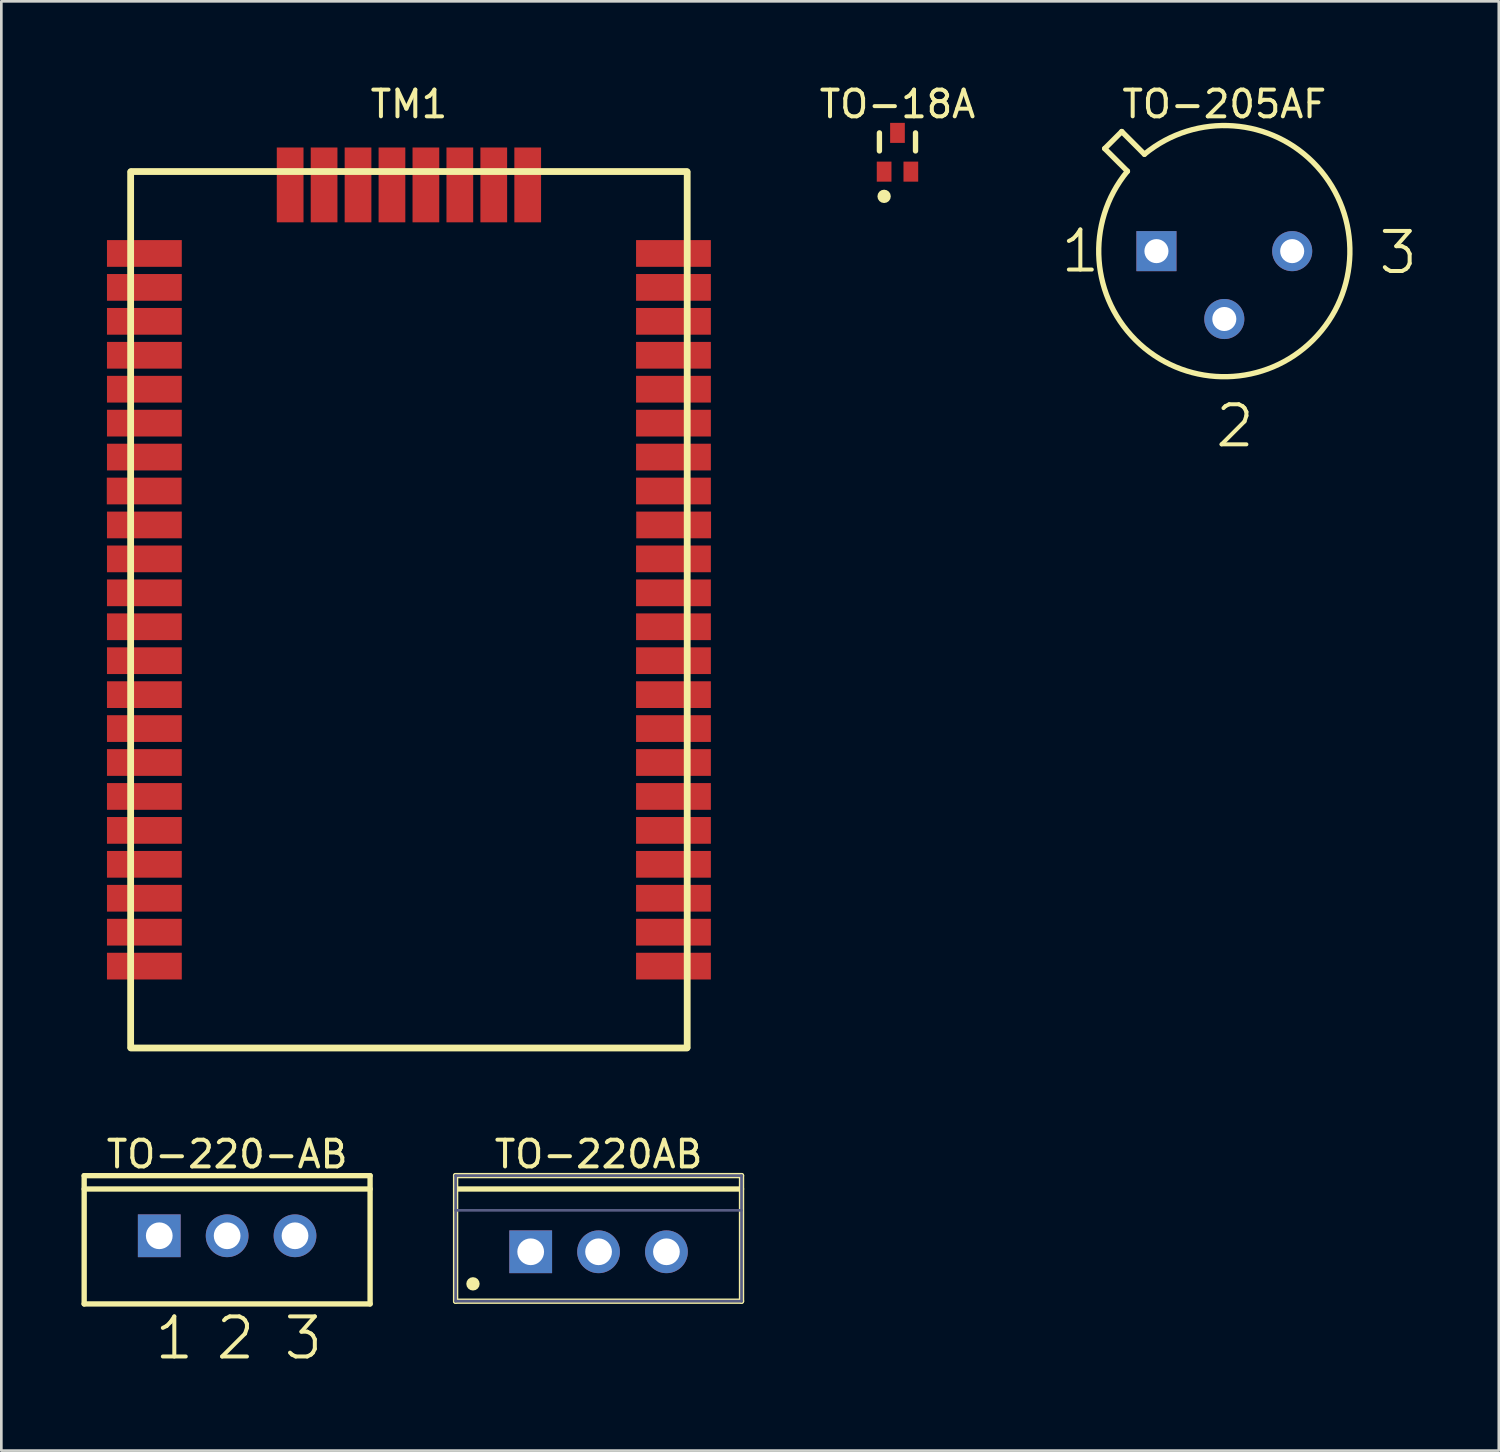
<source format=kicad_pcb>
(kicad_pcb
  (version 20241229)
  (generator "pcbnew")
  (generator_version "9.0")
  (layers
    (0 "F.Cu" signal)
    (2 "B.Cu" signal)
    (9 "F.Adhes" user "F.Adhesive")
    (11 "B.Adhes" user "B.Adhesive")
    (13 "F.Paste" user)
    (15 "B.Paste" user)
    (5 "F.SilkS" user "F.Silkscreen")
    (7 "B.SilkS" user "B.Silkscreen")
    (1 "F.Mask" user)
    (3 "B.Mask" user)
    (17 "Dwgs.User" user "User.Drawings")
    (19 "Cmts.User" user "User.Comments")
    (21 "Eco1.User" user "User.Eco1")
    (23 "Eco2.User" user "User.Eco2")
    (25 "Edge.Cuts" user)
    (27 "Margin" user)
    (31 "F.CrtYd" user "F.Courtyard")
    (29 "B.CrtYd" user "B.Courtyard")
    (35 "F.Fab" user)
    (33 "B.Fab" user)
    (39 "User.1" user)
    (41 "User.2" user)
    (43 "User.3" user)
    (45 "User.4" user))
  (footprint "TO-220-AB"
    (layer "F.Cu")
    (at 5.45 43.196)
    (property "Reference" "TO-220-AB" (at 0 -3.05 0) (layer "F.SilkS") (effects (font (size 1 1) (thickness 0.15))))
    (fp_line (start -5.35 -2.25) (end 5.35 -2.25) (stroke (width 0.2) (type solid)) (layer "F.SilkS"))
    (fp_line (start -5.35 -1.75) (end 5.35 -1.75) (stroke (width 0.2) (type solid)) (layer "F.SilkS"))
    (fp_line (start -5.35 2.55) (end -5.35 -2.25) (stroke (width 0.2) (type solid)) (layer "F.SilkS"))
    (fp_line (start -5.35 2.55) (end 5.35 2.55) (stroke (width 0.2) (type solid)) (layer "F.SilkS"))
    (fp_line (start 5.35 2.55) (end 5.35 -2.25) (stroke (width 0.2) (type solid)) (layer "F.SilkS"))
    (fp_text user "3" (at 2.04 4.709 0) (unlocked yes) (layer "F.SilkS") (effects (font (size 1.5 1.5) (thickness 0.15)) (justify left bottom)))
    (fp_text user "1" (at -2.79 4.709 0) (unlocked yes) (layer "F.SilkS") (effects (font (size 1.5 1.5) (thickness 0.15)) (justify left bottom)))
    (fp_text user "2" (at -0.5 4.709 0) (unlocked yes) (layer "F.SilkS") (effects (font (size 1.5 1.5) (thickness 0.15)) (justify left bottom)))
    (pad "1" thru_hole rect (at -2.54 0) (size 1.6 1.6) (drill 1) (layers "*.Cu" "*.Mask"))
    (pad "2" thru_hole circle (at 0 0) (size 1.6 1.6) (drill 1) (layers "*.Cu" "*.Mask"))
    (pad "3" thru_hole circle (at 2.54 0) (size 1.6 1.6) (drill 1) (layers "*.Cu" "*.Mask")))
  (footprint "TO-205AF"
    (layer "F.Cu")
    (at 42.767 6.348)
    (property "Reference" "TO-205AF" (at 0 -5.5 0) (layer "F.SilkS") (effects (font (size 1 1) (thickness 0.15))))
    (fp_line (start -4.475 -3.838) (end -3.838 -4.475) (stroke (width 0.2) (type solid)) (layer "F.SilkS"))
    (fp_line (start -4.475 -3.838) (end -3.626 -2.99) (stroke (width 0.2) (type solid)) (layer "F.SilkS"))
    (fp_line (start -3.838 -4.475) (end -2.99 -3.626) (stroke (width 0.2) (type solid)) (layer "F.SilkS"))
    (fp_arc (start -2.989941 -3.626315) (mid 3.323395 3.323395) (end -3.626315 -2.989941) (stroke (width 0.2) (type solid)) (layer "F.SilkS"))
    (fp_line (start -0.5 0) (end 0.5 0) (stroke (width 0.1) (type solid)) (layer "Eco2.User"))
    (fp_line (start 0 0.5) (end 0 -0.5) (stroke (width 0.1) (type solid)) (layer "Eco2.User"))
    (fp_text user "3" (at 5.694 0.935 0) (unlocked yes) (layer "F.SilkS") (effects (font (size 1.5 1.5) (thickness 0.15)) (justify left bottom)))
    (fp_text user "1" (at -6.201 0.881 0) (unlocked yes) (layer "F.SilkS") (effects (font (size 1.5 1.5) (thickness 0.15)) (justify left bottom)))
    (fp_text user "2" (at -0.415 7.422 0) (unlocked yes) (layer "F.SilkS") (effects (font (size 1.5 1.5) (thickness 0.15)) (justify left bottom)))
    (pad "1" thru_hole rect (at -2.54 0) (size 1.5 1.5) (drill 0.9) (layers "*.Cu" "*.Mask"))
    (pad "2" thru_hole circle (at 0 2.54) (size 1.5 1.5) (drill 0.9) (layers "*.Cu" "*.Mask"))
    (pad "3" thru_hole circle (at 2.54 0) (size 1.5 1.5) (drill 0.9) (layers "*.Cu" "*.Mask")))
  (footprint "TO-18A"
    (layer "F.Cu")
    (at 30.536 2.648)
    (property "Reference" "TO-18A" (at -0.001 -1.8 0) (layer "F.SilkS") (effects (font (size 1 1) (thickness 0.15))))
    (fp_line (start -0.676 -0.05) (end -0.676 -0.725) (stroke (width 0.2) (type solid)) (layer "F.SilkS"))
    (fp_line (start 0.675 -0.05) (end 0.675 -0.725) (stroke (width 0.2) (type solid)) (layer "F.SilkS"))
    (fp_circle (center -0.5 1.65) (end -0.5 1.525) (stroke (width 0.25) (type solid)) (fill no) (layer "F.SilkS"))
    (pad "1" smd rect (at -0.5 0.725) (size 0.55 0.75) (layers "F.Cu" "F.Mask" "F.Paste"))
    (pad "2" smd rect (at 0.5 0.725) (size 0.55 0.75) (layers "F.Cu" "F.Mask" "F.Paste"))
    (pad "3" smd rect (at 0 -0.725) (size 0.55 0.75) (layers "F.Cu" "F.Mask" "F.Paste")))
  (footprint "TM1"
    (layer "F.Cu")
    (at 12.253 19.77)
    (property "Reference" "TM1" (at 0 -18.922 0) (layer "F.SilkS") (effects (font (size 1 1) (thickness 0.15))))
    (fp_line (start -10.414 16.383) (end -10.414 -16.383) (stroke (width 0.254) (type solid)) (layer "F.SilkS"))
    (fp_line (start -10.4 -16.4) (end 10.4 -16.4) (stroke (width 0.254) (type solid)) (layer "F.SilkS"))
    (fp_line (start -10.4 16.4) (end 10.4 16.4) (stroke (width 0.254) (type solid)) (layer "F.SilkS"))
    (fp_line (start 10.414 16.383) (end 10.414 -16.383) (stroke (width 0.254) (type solid)) (layer "F.SilkS"))
    (fp_poly (pts (xy -12.253 -13.835) (xy -12.253 -12.835) (xy -10.353 -12.835) (xy -10.353 -13.835)) (stroke (width 0) (type default)) (fill yes) (layer "F.Paste"))
    (fp_poly (pts (xy -12.253 -12.565) (xy -12.253 -11.565) (xy -10.353 -11.565) (xy -10.353 -12.565)) (stroke (width 0) (type default)) (fill yes) (layer "F.Paste"))
    (fp_poly (pts (xy -12.253 -11.295) (xy -12.253 -10.295) (xy -10.353 -10.295) (xy -10.353 -11.295)) (stroke (width 0) (type default)) (fill yes) (layer "F.Paste"))
    (fp_poly (pts (xy -12.253 -10.025) (xy -12.253 -9.025) (xy -10.353 -9.025) (xy -10.353 -10.025)) (stroke (width 0) (type default)) (fill yes) (layer "F.Paste"))
    (fp_poly (pts (xy -12.253 -8.755) (xy -12.253 -7.755) (xy -10.353 -7.755) (xy -10.353 -8.755)) (stroke (width 0) (type default)) (fill yes) (layer "F.Paste"))
    (fp_poly (pts (xy -12.253 -7.485) (xy -12.253 -6.485) (xy -10.353 -6.485) (xy -10.353 -7.485)) (stroke (width 0) (type default)) (fill yes) (layer "F.Paste"))
    (fp_poly (pts (xy -12.253 -6.215) (xy -12.253 -5.215) (xy -10.353 -5.215) (xy -10.353 -6.215)) (stroke (width 0) (type default)) (fill yes) (layer "F.Paste"))
    (fp_poly (pts (xy -12.253 -4.945) (xy -12.253 -3.945) (xy -10.353 -3.945) (xy -10.353 -4.945)) (stroke (width 0) (type default)) (fill yes) (layer "F.Paste"))
    (fp_poly (pts (xy -12.253 -3.675) (xy -12.253 -2.675) (xy -10.353 -2.675) (xy -10.353 -3.675)) (stroke (width 0) (type default)) (fill yes) (layer "F.Paste"))
    (fp_poly (pts (xy -12.253 -2.405) (xy -12.253 -1.405) (xy -10.353 -1.405) (xy -10.353 -2.405)) (stroke (width 0) (type default)) (fill yes) (layer "F.Paste"))
    (fp_poly (pts (xy -12.253 -1.135) (xy -12.253 -0.135) (xy -10.353 -0.135) (xy -10.353 -1.135)) (stroke (width 0) (type default)) (fill yes) (layer "F.Paste"))
    (fp_poly (pts (xy -12.253 0.135) (xy -12.253 1.135) (xy -10.353 1.135) (xy -10.353 0.135)) (stroke (width 0) (type default)) (fill yes) (layer "F.Paste"))
    (fp_poly (pts (xy -12.253 1.405) (xy -12.253 2.405) (xy -10.353 2.405) (xy -10.353 1.405)) (stroke (width 0) (type default)) (fill yes) (layer "F.Paste"))
    (fp_poly (pts (xy -12.253 2.675) (xy -12.253 3.675) (xy -10.353 3.675) (xy -10.353 2.675)) (stroke (width 0) (type default)) (fill yes) (layer "F.Paste"))
    (fp_poly (pts (xy -12.253 3.945) (xy -12.253 4.945) (xy -10.353 4.945) (xy -10.353 3.945)) (stroke (width 0) (type default)) (fill yes) (layer "F.Paste"))
    (fp_poly (pts (xy -12.253 5.215) (xy -12.253 6.215) (xy -10.353 6.215) (xy -10.353 5.215)) (stroke (width 0) (type default)) (fill yes) (layer "F.Paste"))
    (fp_poly (pts (xy -12.253 6.485) (xy -12.253 7.485) (xy -10.353 7.485) (xy -10.353 6.485)) (stroke (width 0) (type default)) (fill yes) (layer "F.Paste"))
    (fp_poly (pts (xy -12.253 7.755) (xy -12.253 8.755) (xy -10.353 8.755) (xy -10.353 7.755)) (stroke (width 0) (type default)) (fill yes) (layer "F.Paste"))
    (fp_poly (pts (xy -12.253 9.025) (xy -12.253 10.025) (xy -10.353 10.025) (xy -10.353 9.025)) (stroke (width 0) (type default)) (fill yes) (layer "F.Paste"))
    (fp_poly (pts (xy -12.253 10.295) (xy -12.253 11.295) (xy -10.353 11.295) (xy -10.353 10.295)) (stroke (width 0) (type default)) (fill yes) (layer "F.Paste"))
    (fp_poly (pts (xy -12.253 11.565) (xy -12.253 12.565) (xy -10.353 12.565) (xy -10.353 11.565)) (stroke (width 0) (type default)) (fill yes) (layer "F.Paste"))
    (fp_poly (pts (xy -12.253 12.835) (xy -12.253 13.835) (xy -10.353 13.835) (xy -10.353 12.835)) (stroke (width 0) (type default)) (fill yes) (layer "F.Paste"))
    (fp_poly (pts (xy -3.945 -18.222) (xy -4.945 -18.222) (xy -4.945 -16.322) (xy -3.945 -16.322)) (stroke (width 0) (type default)) (fill yes) (layer "F.Paste"))
    (fp_poly (pts (xy -2.675 -18.222) (xy -3.675 -18.222) (xy -3.675 -16.322) (xy -2.675 -16.322)) (stroke (width 0) (type default)) (fill yes) (layer "F.Paste"))
    (fp_poly (pts (xy -1.405 -18.222) (xy -2.405 -18.222) (xy -2.405 -16.322) (xy -1.405 -16.322)) (stroke (width 0) (type default)) (fill yes) (layer "F.Paste"))
    (fp_poly (pts (xy -0.135 -18.222) (xy -1.135 -18.222) (xy -1.135 -16.322) (xy -0.135 -16.322)) (stroke (width 0) (type default)) (fill yes) (layer "F.Paste"))
    (fp_poly (pts (xy 1.135 -18.222) (xy 0.135 -18.222) (xy 0.135 -16.322) (xy 1.135 -16.322)) (stroke (width 0) (type default)) (fill yes) (layer "F.Paste"))
    (fp_poly (pts (xy 2.405 -18.222) (xy 1.405 -18.222) (xy 1.405 -16.322) (xy 2.405 -16.322)) (stroke (width 0) (type default)) (fill yes) (layer "F.Paste"))
    (fp_poly (pts (xy 3.675 -18.222) (xy 2.675 -18.222) (xy 2.675 -16.322) (xy 3.675 -16.322)) (stroke (width 0) (type default)) (fill yes) (layer "F.Paste"))
    (fp_poly (pts (xy 4.945 -18.222) (xy 3.945 -18.222) (xy 3.945 -16.322) (xy 4.945 -16.322)) (stroke (width 0) (type default)) (fill yes) (layer "F.Paste"))
    (fp_poly (pts (xy 12.253 -12.835) (xy 12.253 -13.835) (xy 10.353 -13.835) (xy 10.353 -12.835)) (stroke (width 0) (type default)) (fill yes) (layer "F.Paste"))
    (fp_poly (pts (xy 12.253 -11.565) (xy 12.253 -12.565) (xy 10.353 -12.565) (xy 10.353 -11.565)) (stroke (width 0) (type default)) (fill yes) (layer "F.Paste"))
    (fp_poly (pts (xy 12.253 -10.295) (xy 12.253 -11.295) (xy 10.353 -11.295) (xy 10.353 -10.295)) (stroke (width 0) (type default)) (fill yes) (layer "F.Paste"))
    (fp_poly (pts (xy 12.253 -9.025) (xy 12.253 -10.025) (xy 10.353 -10.025) (xy 10.353 -9.025)) (stroke (width 0) (type default)) (fill yes) (layer "F.Paste"))
    (fp_poly (pts (xy 12.253 -7.755) (xy 12.253 -8.755) (xy 10.353 -8.755) (xy 10.353 -7.755)) (stroke (width 0) (type default)) (fill yes) (layer "F.Paste"))
    (fp_poly (pts (xy 12.253 -6.485) (xy 12.253 -7.485) (xy 10.353 -7.485) (xy 10.353 -6.485)) (stroke (width 0) (type default)) (fill yes) (layer "F.Paste"))
    (fp_poly (pts (xy 12.253 -5.215) (xy 12.253 -6.215) (xy 10.353 -6.215) (xy 10.353 -5.215)) (stroke (width 0) (type default)) (fill yes) (layer "F.Paste"))
    (fp_poly (pts (xy 12.253 -3.945) (xy 12.253 -4.945) (xy 10.353 -4.945) (xy 10.353 -3.945)) (stroke (width 0) (type default)) (fill yes) (layer "F.Paste"))
    (fp_poly (pts (xy 12.253 -2.675) (xy 12.253 -3.675) (xy 10.353 -3.675) (xy 10.353 -2.675)) (stroke (width 0) (type default)) (fill yes) (layer "F.Paste"))
    (fp_poly (pts (xy 12.253 -1.405) (xy 12.253 -2.405) (xy 10.353 -2.405) (xy 10.353 -1.405)) (stroke (width 0) (type default)) (fill yes) (layer "F.Paste"))
    (fp_poly (pts (xy 12.253 -0.135) (xy 12.253 -1.135) (xy 10.353 -1.135) (xy 10.353 -0.135)) (stroke (width 0) (type default)) (fill yes) (layer "F.Paste"))
    (fp_poly (pts (xy 12.253 1.135) (xy 12.253 0.135) (xy 10.353 0.135) (xy 10.353 1.135)) (stroke (width 0) (type default)) (fill yes) (layer "F.Paste"))
    (fp_poly (pts (xy 12.253 2.405) (xy 12.253 1.405) (xy 10.353 1.405) (xy 10.353 2.405)) (stroke (width 0) (type default)) (fill yes) (layer "F.Paste"))
    (fp_poly (pts (xy 12.253 3.675) (xy 12.253 2.675) (xy 10.353 2.675) (xy 10.353 3.675)) (stroke (width 0) (type default)) (fill yes) (layer "F.Paste"))
    (fp_poly (pts (xy 12.253 4.945) (xy 12.253 3.945) (xy 10.353 3.945) (xy 10.353 4.945)) (stroke (width 0) (type default)) (fill yes) (layer "F.Paste"))
    (fp_poly (pts (xy 12.253 6.215) (xy 12.253 5.215) (xy 10.353 5.215) (xy 10.353 6.215)) (stroke (width 0) (type default)) (fill yes) (layer "F.Paste"))
    (fp_poly (pts (xy 12.253 7.485) (xy 12.253 6.485) (xy 10.353 6.485) (xy 10.353 7.485)) (stroke (width 0) (type default)) (fill yes) (layer "F.Paste"))
    (fp_poly (pts (xy 12.253 8.755) (xy 12.253 7.755) (xy 10.353 7.755) (xy 10.353 8.755)) (stroke (width 0) (type default)) (fill yes) (layer "F.Paste"))
    (fp_poly (pts (xy 12.253 10.025) (xy 12.253 9.025) (xy 10.353 9.025) (xy 10.353 10.025)) (stroke (width 0) (type default)) (fill yes) (layer "F.Paste"))
    (fp_poly (pts (xy 12.253 11.295) (xy 12.253 10.295) (xy 10.353 10.295) (xy 10.353 11.295)) (stroke (width 0) (type default)) (fill yes) (layer "F.Paste"))
    (fp_poly (pts (xy 12.253 12.565) (xy 12.253 11.565) (xy 10.353 11.565) (xy 10.353 12.565)) (stroke (width 0) (type default)) (fill yes) (layer "F.Paste"))
    (fp_poly (pts (xy 12.253 13.835) (xy 12.253 12.835) (xy 10.353 12.835) (xy 10.353 13.835)) (stroke (width 0) (type default)) (fill yes) (layer "F.Paste"))
    (pad "1" smd rect (at 9.9 13.335) (size 2.8 1) (layers "F.Cu" "F.Mask" "F.Paste"))
    (pad "2" smd rect (at 9.9 12.065) (size 2.8 1) (layers "F.Cu" "F.Mask" "F.Paste"))
    (pad "3" smd rect (at 9.9 10.795) (size 2.8 1) (layers "F.Cu" "F.Mask" "F.Paste"))
    (pad "4" smd rect (at 9.9 9.525) (size 2.8 1) (layers "F.Cu" "F.Mask" "F.Paste"))
    (pad "5" smd rect (at 9.9 8.255) (size 2.8 1) (layers "F.Cu" "F.Mask" "F.Paste"))
    (pad "6" smd rect (at 9.9 6.985) (size 2.8 1) (layers "F.Cu" "F.Mask" "F.Paste"))
    (pad "7" smd rect (at 9.9 5.715) (size 2.8 1) (layers "F.Cu" "F.Mask" "F.Paste"))
    (pad "8" smd rect (at 9.9 4.445) (size 2.8 1) (layers "F.Cu" "F.Mask" "F.Paste"))
    (pad "9" smd rect (at 9.9 3.175) (size 2.8 1) (layers "F.Cu" "F.Mask" "F.Paste"))
    (pad "10" smd rect (at 9.9 1.905) (size 2.8 1) (layers "F.Cu" "F.Mask" "F.Paste"))
    (pad "11" smd rect (at 9.9 0.635) (size 2.8 1) (layers "F.Cu" "F.Mask" "F.Paste"))
    (pad "12" smd rect (at 9.9 -0.635) (size 2.8 1) (layers "F.Cu" "F.Mask" "F.Paste"))
    (pad "13" smd rect (at 9.9 -1.905) (size 2.8 1) (layers "F.Cu" "F.Mask" "F.Paste"))
    (pad "14" smd rect (at 9.906 -3.175) (size 2.8 1) (layers "F.Cu" "F.Mask" "F.Paste"))
    (pad "15" smd rect (at 9.9 -4.445) (size 2.8 1) (layers "F.Cu" "F.Mask" "F.Paste"))
    (pad "16" smd rect (at 9.9 -5.715) (size 2.8 1) (layers "F.Cu" "F.Mask" "F.Paste"))
    (pad "17" smd rect (at 9.9 -6.985) (size 2.8 1) (layers "F.Cu" "F.Mask" "F.Paste"))
    (pad "18" smd rect (at 9.9 -8.255) (size 2.8 1) (layers "F.Cu" "F.Mask" "F.Paste"))
    (pad "19" smd rect (at 9.9 -9.525) (size 2.8 1) (layers "F.Cu" "F.Mask" "F.Paste"))
    (pad "20" smd rect (at 9.9 -10.795) (size 2.8 1) (layers "F.Cu" "F.Mask" "F.Paste"))
    (pad "21" smd rect (at 9.9 -12.065) (size 2.8 1) (layers "F.Cu" "F.Mask" "F.Paste"))
    (pad "22" smd rect (at 9.9 -13.335) (size 2.8 1) (layers "F.Cu" "F.Mask" "F.Paste"))
    (pad "23" smd rect (at 4.445 -15.9 90) (size 2.8 1) (layers "F.Cu" "F.Mask" "F.Paste"))
    (pad "24" smd rect (at 3.175 -15.9 90) (size 2.8 1) (layers "F.Cu" "F.Mask" "F.Paste"))
    (pad "25" smd rect (at 1.905 -15.9 90) (size 2.8 1) (layers "F.Cu" "F.Mask" "F.Paste"))
    (pad "26" smd rect (at 0.635 -15.9 90) (size 2.8 1) (layers "F.Cu" "F.Mask" "F.Paste"))
    (pad "27" smd rect (at -0.635 -15.9 90) (size 2.8 1) (layers "F.Cu" "F.Mask" "F.Paste"))
    (pad "28" smd rect (at -1.905 -15.9 90) (size 2.8 1) (layers "F.Cu" "F.Mask" "F.Paste"))
    (pad "29" smd rect (at -3.175 -15.9 90) (size 2.8 1) (layers "F.Cu" "F.Mask" "F.Paste"))
    (pad "30" smd rect (at -4.445 -15.9 90) (size 2.8 1) (layers "F.Cu" "F.Mask" "F.Paste"))
    (pad "31" smd rect (at -9.9 -13.335 180) (size 2.8 1) (layers "F.Cu" "F.Mask" "F.Paste"))
    (pad "32" smd rect (at -9.9 -12.065 180) (size 2.8 1) (layers "F.Cu" "F.Mask" "F.Paste"))
    (pad "33" smd rect (at -9.9 -10.795 180) (size 2.8 1) (layers "F.Cu" "F.Mask" "F.Paste"))
    (pad "34" smd rect (at -9.9 -9.525 180) (size 2.8 1) (layers "F.Cu" "F.Mask" "F.Paste"))
    (pad "35" smd rect (at -9.9 -8.255 180) (size 2.8 1) (layers "F.Cu" "F.Mask" "F.Paste"))
    (pad "36" smd rect (at -9.9 -6.985 180) (size 2.8 1) (layers "F.Cu" "F.Mask" "F.Paste"))
    (pad "37" smd rect (at -9.9 -5.715 180) (size 2.8 1) (layers "F.Cu" "F.Mask" "F.Paste"))
    (pad "38" smd rect (at -9.906 -4.445 180) (size 2.8 1) (layers "F.Cu" "F.Mask" "F.Paste"))
    (pad "39" smd rect (at -9.9 -3.175 180) (size 2.8 1) (layers "F.Cu" "F.Mask" "F.Paste"))
    (pad "40" smd rect (at -9.9 -1.905 180) (size 2.8 1) (layers "F.Cu" "F.Mask" "F.Paste"))
    (pad "41" smd rect (at -9.9 -0.635 180) (size 2.8 1) (layers "F.Cu" "F.Mask" "F.Paste"))
    (pad "42" smd rect (at -9.9 0.635 180) (size 2.8 1) (layers "F.Cu" "F.Mask" "F.Paste"))
    (pad "43" smd rect (at -9.9 1.905 180) (size 2.8 1) (layers "F.Cu" "F.Mask" "F.Paste"))
    (pad "44" smd rect (at -9.9 3.175 180) (size 2.8 1) (layers "F.Cu" "F.Mask" "F.Paste"))
    (pad "45" smd rect (at -9.9 4.445 180) (size 2.8 1) (layers "F.Cu" "F.Mask" "F.Paste"))
    (pad "46" smd rect (at -9.9 5.715 180) (size 2.8 1) (layers "F.Cu" "F.Mask" "F.Paste"))
    (pad "47" smd rect (at -9.9 6.985 180) (size 2.8 1) (layers "F.Cu" "F.Mask" "F.Paste"))
    (pad "48" smd rect (at -9.9 8.255 180) (size 2.8 1) (layers "F.Cu" "F.Mask" "F.Paste"))
    (pad "49" smd rect (at -9.9 9.525 180) (size 2.8 1) (layers "F.Cu" "F.Mask" "F.Paste"))
    (pad "50" smd rect (at -9.9 10.795 180) (size 2.8 1) (layers "F.Cu" "F.Mask" "F.Paste"))
    (pad "51" smd rect (at -9.9 12.065 180) (size 2.8 1) (layers "F.Cu" "F.Mask" "F.Paste"))
    (pad "52" smd rect (at -9.9 13.335 180) (size 2.8 1) (layers "F.Cu" "F.Mask" "F.Paste")))
  (footprint "TO-220AB"
    (layer "F.Cu")
    (at 19.35 43.795)
    (property "Reference" "TO-220AB" (at 0 -3.65 0) (layer "F.SilkS") (effects (font (size 1 1) (thickness 0.15))))
    (fp_line (start -5.35 -2.85) (end 5.35 -2.85) (stroke (width 0.2) (type solid)) (layer "F.SilkS"))
    (fp_line (start -5.35 -2.35) (end 5.35 -2.35) (stroke (width 0.2) (type solid)) (layer "F.SilkS"))
    (fp_line (start -5.35 1.85) (end -5.35 -2.85) (stroke (width 0.2) (type solid)) (layer "F.SilkS"))
    (fp_line (start -5.35 1.85) (end 5.35 1.85) (stroke (width 0.2) (type solid)) (layer "F.SilkS"))
    (fp_line (start 5.35 1.85) (end 5.35 -2.85) (stroke (width 0.2) (type solid)) (layer "F.SilkS"))
    (fp_circle (center -4.7 1.2) (end -4.7 1.075) (stroke (width 0.25) (type solid)) (fill no) (layer "F.SilkS"))
    (fp_line (start -0.5 0) (end 0.5 0) (stroke (width 0.1) (type solid)) (layer "Eco2.User"))
    (fp_line (start 0 0.5) (end 0 -0.5) (stroke (width 0.1) (type solid)) (layer "Eco2.User"))
    (fp_line (start -5.35 -2.85) (end 5.35 -2.85) (stroke (width 0.1) (type solid)) (layer "B.Fab"))
    (fp_line (start -5.35 -1.55) (end 5.35 -1.55) (stroke (width 0.1) (type solid)) (layer "B.Fab"))
    (fp_line (start -5.35 1.85) (end -5.35 -2.85) (stroke (width 0.1) (type solid)) (layer "B.Fab"))
    (fp_line (start -5.35 1.85) (end 5.35 1.85) (stroke (width 0.1) (type solid)) (layer "B.Fab"))
    (fp_line (start 5.35 1.85) (end 5.35 -2.85) (stroke (width 0.1) (type solid)) (layer "B.Fab"))
    (pad "1" thru_hole rect (at -2.54 0) (size 1.6 1.6) (drill 1) (layers "*.Cu" "*.Mask"))
    (pad "2" thru_hole circle (at 0 0) (size 1.6 1.6) (drill 1) (layers "*.Cu" "*.Mask"))
    (pad "3" thru_hole circle (at 2.54 0) (size 1.6 1.6) (drill 1) (layers "*.Cu" "*.Mask")))
  (gr_rect
    (start -3 -3)
    (end 53.039 51.236)
    (stroke (width 0.1) (type default))
    (fill no)
    (layer "Edge.Cuts")))
</source>
